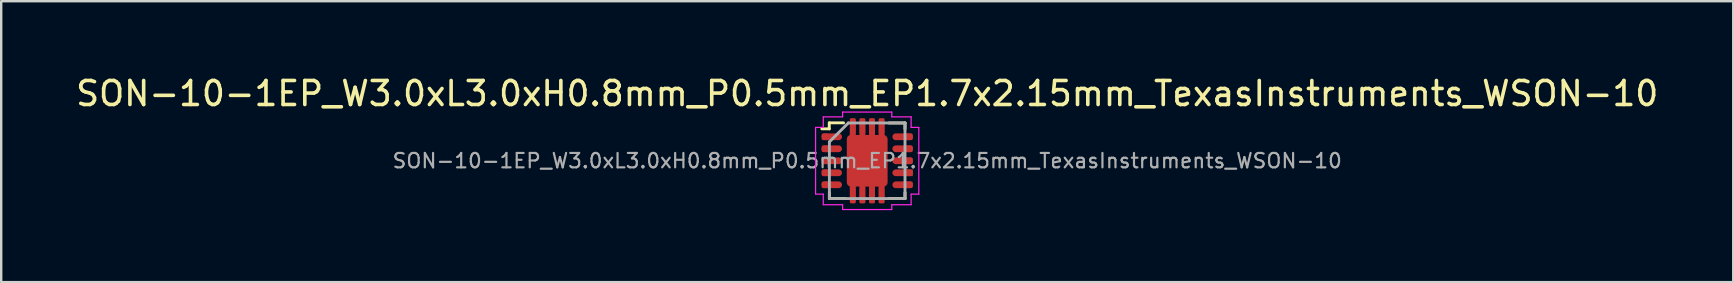
<source format=kicad_pcb>
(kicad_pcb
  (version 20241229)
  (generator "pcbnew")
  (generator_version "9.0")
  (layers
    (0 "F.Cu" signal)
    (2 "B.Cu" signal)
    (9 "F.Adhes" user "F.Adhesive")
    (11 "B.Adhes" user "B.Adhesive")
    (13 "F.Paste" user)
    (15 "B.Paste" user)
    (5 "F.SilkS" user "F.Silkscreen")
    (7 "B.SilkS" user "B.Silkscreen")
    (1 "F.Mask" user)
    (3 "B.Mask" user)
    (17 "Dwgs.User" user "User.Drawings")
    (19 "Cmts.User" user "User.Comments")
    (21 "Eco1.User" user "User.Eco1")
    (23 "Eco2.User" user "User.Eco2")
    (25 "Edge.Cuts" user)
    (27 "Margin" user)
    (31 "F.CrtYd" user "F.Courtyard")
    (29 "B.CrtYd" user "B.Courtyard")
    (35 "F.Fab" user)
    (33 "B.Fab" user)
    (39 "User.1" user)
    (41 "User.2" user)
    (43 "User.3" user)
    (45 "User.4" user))
  (footprint "SON-10-1EP_W3.0xL3.0xH0.8mm_P0.5mm_EP1.7x2.15mm_TexasInstruments_WSON-10"
    (layer "F.Cu")
    (at 33.077 3.648)
    (property "Reference" "SON-10-1EP_W3.0xL3.0xH0.8mm_P0.5mm_EP1.7x2.15mm_TexasInstruments_WSON-10" (at 0 -2.8 0) (unlocked yes) (layer "F.SilkS") (effects (font (size 1 1) (thickness 0.15))))
    (attr smd)
    (fp_line (start -1.58 -1.58) (end -0.985 -1.58) (stroke (width 0.12) (type solid)) (layer "F.SilkS"))
    (fp_line (start -1.58 -1.33) (end -1.89 -1.33) (stroke (width 0.12) (type solid)) (layer "F.SilkS"))
    (fp_line (start -1.58 -1.33) (end -1.58 -1.58) (stroke (width 0.12) (type solid)) (layer "F.SilkS"))
    (fp_line (start -1.575 1.575) (end -1.575 1.325) (stroke (width 0.12) (type solid)) (layer "F.SilkS"))
    (fp_line (start -1.575 1.575) (end -0.91 1.575) (stroke (width 0.12) (type solid)) (layer "F.SilkS"))
    (fp_line (start 0.91 -1.575) (end 1.575 -1.575) (stroke (width 0.12) (type solid)) (layer "F.SilkS"))
    (fp_line (start 0.91 1.575) (end 1.575 1.575) (stroke (width 0.12) (type solid)) (layer "F.SilkS"))
    (fp_line (start 1.575 -1.325) (end 1.575 -1.575) (stroke (width 0.12) (type solid)) (layer "F.SilkS"))
    (fp_line (start 1.575 1.325) (end 1.575 1.575) (stroke (width 0.12) (type solid)) (layer "F.SilkS"))
    (fp_line (start -2.15 -1.39) (end -2.15 1.39) (stroke (width 0.05) (type solid)) (layer "F.CrtYd"))
    (fp_line (start -2.15 -1.39) (end -1.83 -1.39) (stroke (width 0.05) (type solid)) (layer "F.CrtYd"))
    (fp_line (start -2.15 1.39) (end -1.83 1.39) (stroke (width 0.05) (type solid)) (layer "F.CrtYd"))
    (fp_line (start -1.83 -1.83) (end -1.83 -1.39) (stroke (width 0.05) (type solid)) (layer "F.CrtYd"))
    (fp_line (start -1.83 -1.83) (end -1.03 -1.83) (stroke (width 0.05) (type solid)) (layer "F.CrtYd"))
    (fp_line (start -1.83 1.83) (end -1.83 1.39) (stroke (width 0.05) (type solid)) (layer "F.CrtYd"))
    (fp_line (start -1.83 1.83) (end -1.03 1.83) (stroke (width 0.05) (type solid)) (layer "F.CrtYd"))
    (fp_line (start -1.025 -2.03) (end 1.025 -2.03) (stroke (width 0.05) (type solid)) (layer "F.CrtYd"))
    (fp_line (start -1.025 -1.83) (end -1.025 -2.03) (stroke (width 0.05) (type solid)) (layer "F.CrtYd"))
    (fp_line (start -1.025 1.83) (end -1.025 2.03) (stroke (width 0.05) (type solid)) (layer "F.CrtYd"))
    (fp_line (start -1.025 2.03) (end 1.025 2.03) (stroke (width 0.05) (type solid)) (layer "F.CrtYd"))
    (fp_line (start 1.025 -1.83) (end 1.025 -2.03) (stroke (width 0.05) (type solid)) (layer "F.CrtYd"))
    (fp_line (start 1.025 1.83) (end 1.025 2.03) (stroke (width 0.05) (type solid)) (layer "F.CrtYd"))
    (fp_line (start 1.83 -1.83) (end 1.03 -1.83) (stroke (width 0.05) (type solid)) (layer "F.CrtYd"))
    (fp_line (start 1.83 -1.83) (end 1.83 -1.39) (stroke (width 0.05) (type solid)) (layer "F.CrtYd"))
    (fp_line (start 1.83 1.83) (end 1.03 1.83) (stroke (width 0.05) (type solid)) (layer "F.CrtYd"))
    (fp_line (start 1.83 1.83) (end 1.83 1.39) (stroke (width 0.05) (type solid)) (layer "F.CrtYd"))
    (fp_line (start 2.15 -1.39) (end 1.83 -1.39) (stroke (width 0.05) (type solid)) (layer "F.CrtYd"))
    (fp_line (start 2.15 -1.39) (end 2.15 1.39) (stroke (width 0.05) (type solid)) (layer "F.CrtYd"))
    (fp_line (start 2.15 1.39) (end 1.83 1.39) (stroke (width 0.05) (type solid)) (layer "F.CrtYd"))
    (fp_line (start -1.575 1.575) (end -1.575 -0.787) (stroke (width 0.12) (type solid)) (layer "F.Fab"))
    (fp_line (start -0.787 -1.575) (end -1.575 -0.787) (stroke (width 0.12) (type solid)) (layer "F.Fab"))
    (fp_line (start -0.787 -1.575) (end 1.575 -1.575) (stroke (width 0.12) (type solid)) (layer "F.Fab"))
    (fp_line (start 1.575 -1.575) (end 1.575 1.575) (stroke (width 0.12) (type solid)) (layer "F.Fab"))
    (fp_line (start 1.575 1.575) (end -1.575 1.575) (stroke (width 0.12) (type solid)) (layer "F.Fab"))
    (fp_text user "${REFERENCE}" (at 0 0 0) (layer "F.Fab") (effects (font (size 0.6 0.6) (thickness 0.09))))
    (pad "1" smd roundrect (at -1.76 -1) (size 0.28 0.28) (layers "F.Cu" "F.Mask" "F.Paste") (roundrect_rratio 0.25))
    (pad "1" smd oval (at -1.475 -1) (size 0.85 0.28) (layers "F.Cu" "F.Mask" "F.Paste"))
    (pad "2" smd roundrect (at -1.76 -0.5) (size 0.28 0.28) (layers "F.Cu" "F.Mask" "F.Paste") (roundrect_rratio 0.25))
    (pad "2" smd oval (at -1.475 -0.5) (size 0.85 0.28) (layers "F.Cu" "F.Mask" "F.Paste"))
    (pad "3" smd roundrect (at -1.76 0) (size 0.28 0.28) (layers "F.Cu" "F.Mask" "F.Paste") (roundrect_rratio 0.25))
    (pad "3" smd oval (at -1.475 0) (size 0.85 0.28) (layers "F.Cu" "F.Mask" "F.Paste"))
    (pad "4" smd roundrect (at -1.76 0.5) (size 0.28 0.28) (layers "F.Cu" "F.Mask" "F.Paste") (roundrect_rratio 0.25))
    (pad "4" smd oval (at -1.475 0.5) (size 0.85 0.28) (layers "F.Cu" "F.Mask" "F.Paste"))
    (pad "5" smd roundrect (at -1.76 1) (size 0.28 0.28) (layers "F.Cu" "F.Mask" "F.Paste") (roundrect_rratio 0.25))
    (pad "5" smd oval (at -1.475 1) (size 0.85 0.28) (layers "F.Cu" "F.Mask" "F.Paste"))
    (pad "6" smd oval (at 1.475 1) (size 0.85 0.28) (layers "F.Cu" "F.Mask" "F.Paste"))
    (pad "6" smd roundrect (at 1.76 1) (size 0.28 0.28) (layers "F.Cu" "F.Mask" "F.Paste") (roundrect_rratio 0.25))
    (pad "7" smd oval (at 1.475 0.5) (size 0.85 0.28) (layers "F.Cu" "F.Mask" "F.Paste"))
    (pad "7" smd rect (at 1.76 0.5) (size 0.28 0.28) (layers "F.Cu" "F.Mask" "F.Paste"))
    (pad "8" smd oval (at 1.475 0) (size 0.85 0.28) (layers "F.Cu" "F.Mask" "F.Paste"))
    (pad "8" smd roundrect (at 1.76 0) (size 0.28 0.28) (layers "F.Cu" "F.Mask" "F.Paste") (roundrect_rratio 0.25))
    (pad "9" smd oval (at 1.475 -0.5) (size 0.85 0.28) (layers "F.Cu" "F.Mask" "F.Paste"))
    (pad "9" smd roundrect (at 1.76 -0.5) (size 0.28 0.28) (layers "F.Cu" "F.Mask" "F.Paste") (roundrect_rratio 0.25))
    (pad "10" smd oval (at 1.475 -1) (size 0.85 0.28) (layers "F.Cu" "F.Mask" "F.Paste"))
    (pad "10" smd roundrect (at 1.76 -1) (size 0.28 0.28) (layers "F.Cu" "F.Mask" "F.Paste") (roundrect_rratio 0.25))
    (pad "11" smd roundrect (at -0.6 -1.425) (size 0.23 0.6) (layers "F.Cu" "F.Mask" "F.Paste") (roundrect_rratio 0.25))
    (pad "11" smd roundrect (at -0.6 -1.375) (size 0.25 0.8) (layers "F.Cu" "F.Mask") (roundrect_rratio 0.25))
    (pad "11" smd roundrect (at -0.6 1.375 180) (size 0.25 0.8) (layers "F.Cu" "F.Mask") (roundrect_rratio 0.25))
    (pad "11" smd roundrect (at -0.6 1.425 180) (size 0.23 0.6) (layers "F.Cu" "F.Mask" "F.Paste") (roundrect_rratio 0.25))
    (pad "11" smd roundrect (at -0.435 -0.56) (size 0.65 0.9) (layers "F.Cu" "F.Mask" "F.Paste") (roundrect_rratio 0.25))
    (pad "11" smd roundrect (at -0.435 0.56) (size 0.65 0.9) (layers "F.Cu" "F.Mask" "F.Paste") (roundrect_rratio 0.25))
    (pad "11" smd roundrect (at -0.2 -1.425) (size 0.23 0.6) (layers "F.Cu" "F.Mask" "F.Paste") (roundrect_rratio 0.25))
    (pad "11" smd roundrect (at -0.2 -1.375) (size 0.25 0.8) (layers "F.Cu" "F.Mask") (roundrect_rratio 0.25))
    (pad "11" smd roundrect (at -0.2 1.375 180) (size 0.25 0.8) (layers "F.Cu" "F.Mask") (roundrect_rratio 0.25))
    (pad "11" smd roundrect (at -0.2 1.425 180) (size 0.23 0.6) (layers "F.Cu" "F.Mask" "F.Paste") (roundrect_rratio 0.25))
    (pad "11" smd roundrect (at 0 0) (size 1.7 2.15) (layers "F.Cu" "F.Mask") (roundrect_rratio 0.1))
    (pad "11" smd roundrect (at 0.2 -1.425) (size 0.23 0.6) (layers "F.Cu" "F.Mask" "F.Paste") (roundrect_rratio 0.25))
    (pad "11" smd roundrect (at 0.2 -1.375) (size 0.25 0.8) (layers "F.Cu" "F.Mask") (roundrect_rratio 0.25))
    (pad "11" smd roundrect (at 0.2 1.375 180) (size 0.25 0.8) (layers "F.Cu" "F.Mask") (roundrect_rratio 0.25))
    (pad "11" smd roundrect (at 0.2 1.425 180) (size 0.23 0.6) (layers "F.Cu" "F.Mask" "F.Paste") (roundrect_rratio 0.25))
    (pad "11" smd roundrect (at 0.435 -0.56) (size 0.65 0.9) (layers "F.Cu" "F.Mask" "F.Paste") (roundrect_rratio 0.25))
    (pad "11" smd roundrect (at 0.435 0.56) (size 0.65 0.9) (layers "F.Cu" "F.Mask" "F.Paste") (roundrect_rratio 0.25))
    (pad "11" smd roundrect (at 0.6 -1.425) (size 0.23 0.6) (layers "F.Cu" "F.Mask" "F.Paste") (roundrect_rratio 0.25))
    (pad "11" smd roundrect (at 0.6 -1.375) (size 0.25 0.8) (layers "F.Cu" "F.Mask") (roundrect_rratio 0.25))
    (pad "11" smd roundrect (at 0.6 1.375 180) (size 0.25 0.8) (layers "F.Cu" "F.Mask") (roundrect_rratio 0.25))
    (pad "11" smd roundrect (at 0.6 1.425 180) (size 0.23 0.6) (layers "F.Cu" "F.Mask" "F.Paste") (roundrect_rratio 0.25)))
  (gr_rect
    (start -3 -3)
    (end 69.155 8.703)
    (stroke (width 0.1) (type default))
    (fill no)
    (layer "Edge.Cuts")))
</source>
